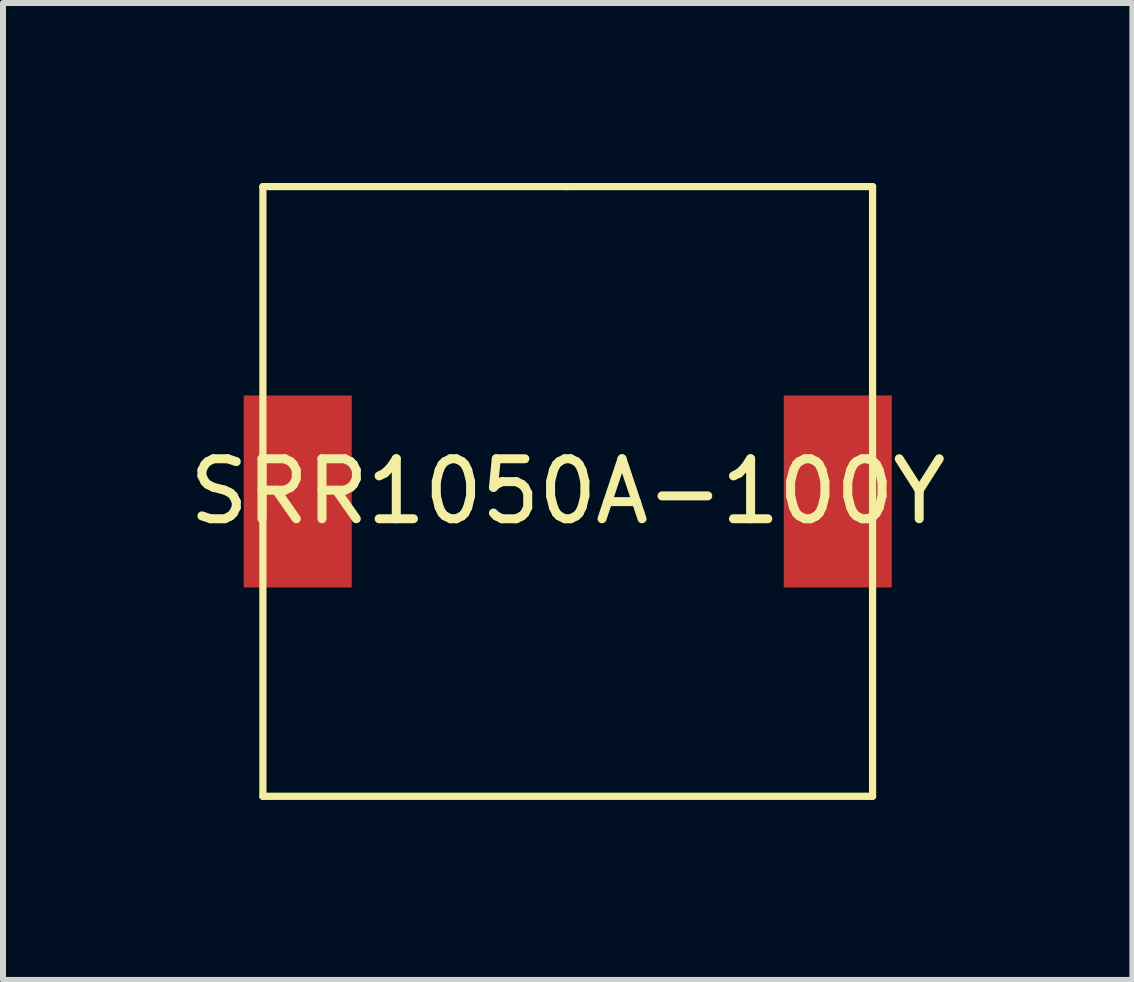
<source format=kicad_pcb>
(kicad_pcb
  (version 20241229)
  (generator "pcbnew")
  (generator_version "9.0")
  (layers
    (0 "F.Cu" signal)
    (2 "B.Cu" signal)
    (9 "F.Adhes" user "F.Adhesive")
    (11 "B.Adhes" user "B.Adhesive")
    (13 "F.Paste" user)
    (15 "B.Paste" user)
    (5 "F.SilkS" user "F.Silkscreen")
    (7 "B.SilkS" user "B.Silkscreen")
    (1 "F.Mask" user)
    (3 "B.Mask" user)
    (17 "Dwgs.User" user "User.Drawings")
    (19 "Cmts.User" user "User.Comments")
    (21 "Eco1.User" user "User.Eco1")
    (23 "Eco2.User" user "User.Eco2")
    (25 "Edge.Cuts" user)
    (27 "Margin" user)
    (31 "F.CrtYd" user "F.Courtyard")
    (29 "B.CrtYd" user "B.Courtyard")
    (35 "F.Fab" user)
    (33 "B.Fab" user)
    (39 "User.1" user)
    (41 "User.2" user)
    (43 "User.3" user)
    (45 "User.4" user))
  (footprint "SRR1050A-100Y"
    (layer "F.Cu")
    (at 6.411 5.14)
    (property "Reference" "SRR1050A-100Y" (at 0 0 0) (layer "F.SilkS") (effects (font (size 1 1) (thickness 0.15))))
    (attr through_hole)
    (fp_line (start -5.08 -5.08) (end -5.08 0) (stroke (width 0.12) (type solid)) (layer "F.SilkS"))
    (fp_line (start -5.08 0) (end -5.08 5.08) (stroke (width 0.12) (type solid)) (layer "F.SilkS"))
    (fp_line (start -5.08 5.08) (end 5.08 5.08) (stroke (width 0.12) (type solid)) (layer "F.SilkS"))
    (fp_line (start 0 -5.08) (end -5.08 -5.08) (stroke (width 0.12) (type solid)) (layer "F.SilkS"))
    (fp_line (start 5.08 -5.08) (end 0 -5.08) (stroke (width 0.12) (type solid)) (layer "F.SilkS"))
    (fp_line (start 5.08 0) (end 5.08 -5.08) (stroke (width 0.12) (type solid)) (layer "F.SilkS"))
    (fp_line (start 5.08 5.08) (end 5.08 0) (stroke (width 0.12) (type solid)) (layer "F.SilkS"))
    (pad "1" smd rect (at -4.5 0 90) (size 3.2 1.8) (layers "F.Cu" "F.Mask" "F.Paste"))
    (pad "2" smd rect (at 4.5 0 90) (size 3.2 1.8) (layers "F.Cu" "F.Mask" "F.Paste")))
  (gr_rect
    (start -3 -3)
    (end 15.821 13.28)
    (stroke (width 0.1) (type default))
    (fill no)
    (layer "Edge.Cuts")))
</source>
